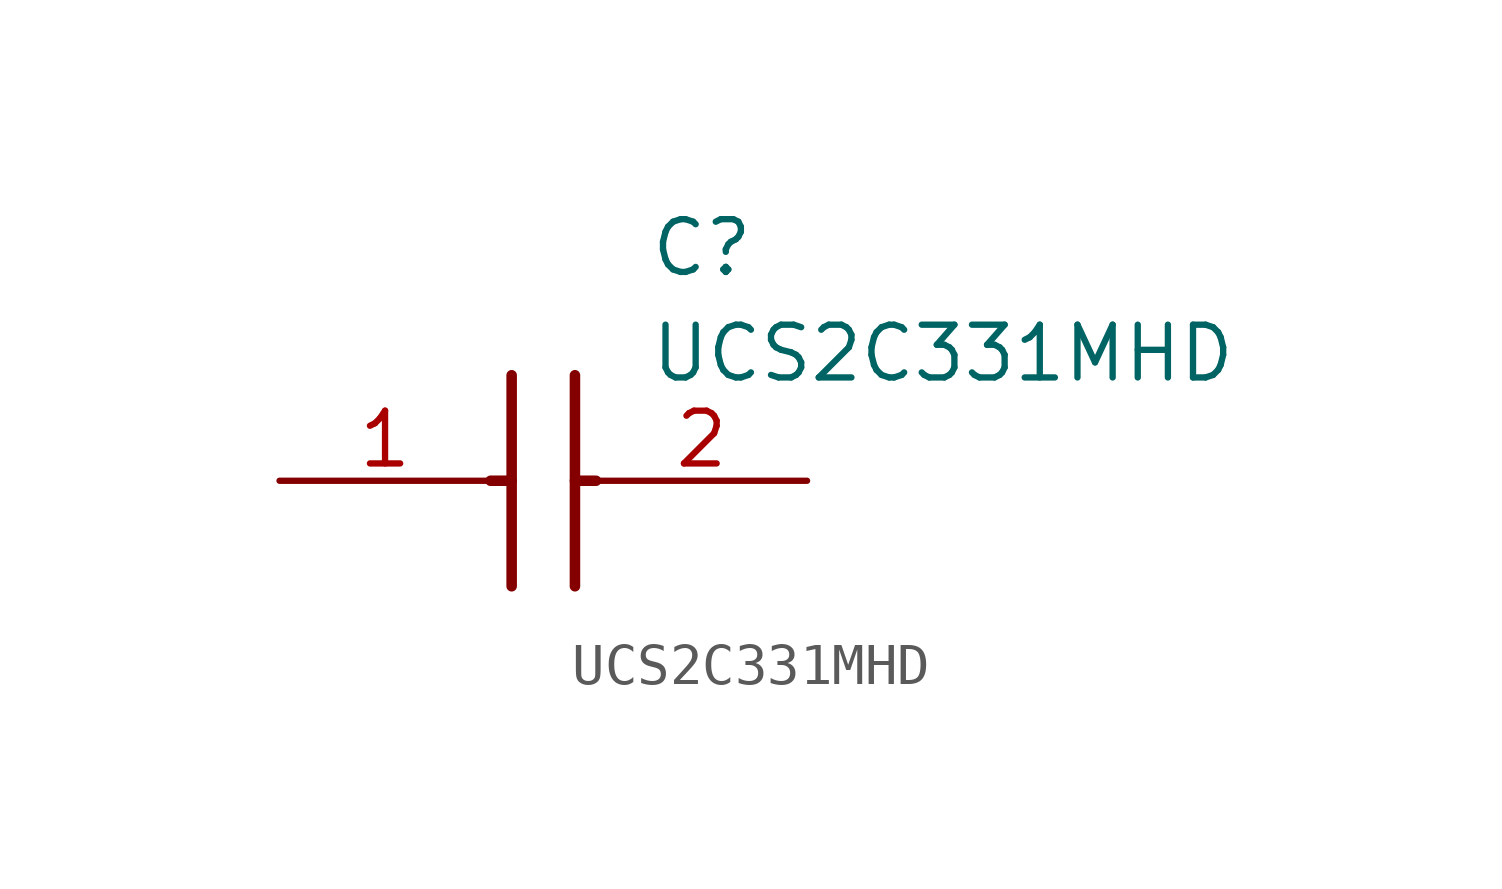
<source format=kicad_sym>
(kicad_symbol_lib
  (version 20211014)
  (generator SamacSys_ECAD_Model)
  (symbol "UCS2C331MHD"
    (pin_names hide)
    (property "Reference" "C"
      (at 8.89 6.35 0)
      (effects (font (size 1.27 1.27)) (justify left top)))
    (property "Value" "UCS2C331MHD"
      (at 8.89 3.81 0)
      (effects (font (size 1.27 1.27)) (justify left top)))
    (polyline
      (pts (xy 5.588 2.54) (xy 5.588 -2.54))
      (stroke (width 0.254) (type default))
      (fill (type none)))
    (polyline
      (pts (xy 7.112 2.54) (xy 7.112 -2.54))
      (stroke (width 0.254) (type default))
      (fill (type none)))
    (polyline
      (pts (xy 5.08 0) (xy 5.588 0))
      (stroke (width 0.254) (type default))
      (fill (type none)))
    (polyline
      (pts (xy 7.112 0) (xy 7.62 0))
      (stroke (width 0.254) (type default))
      (fill (type none)))
    (pin passive line
      (at 0 0 0)
      (length 5.08)
      (name "+" (effects (font (size 1.27 1.27))))
      (number "1" (effects (font (size 1.27 1.27)))))
    (pin passive line
      (at 12.7 0 180)
      (length 5.08)
      (name "-" (effects (font (size 1.27 1.27))))
      (number "2" (effects (font (size 1.27 1.27)))))))
</source>
